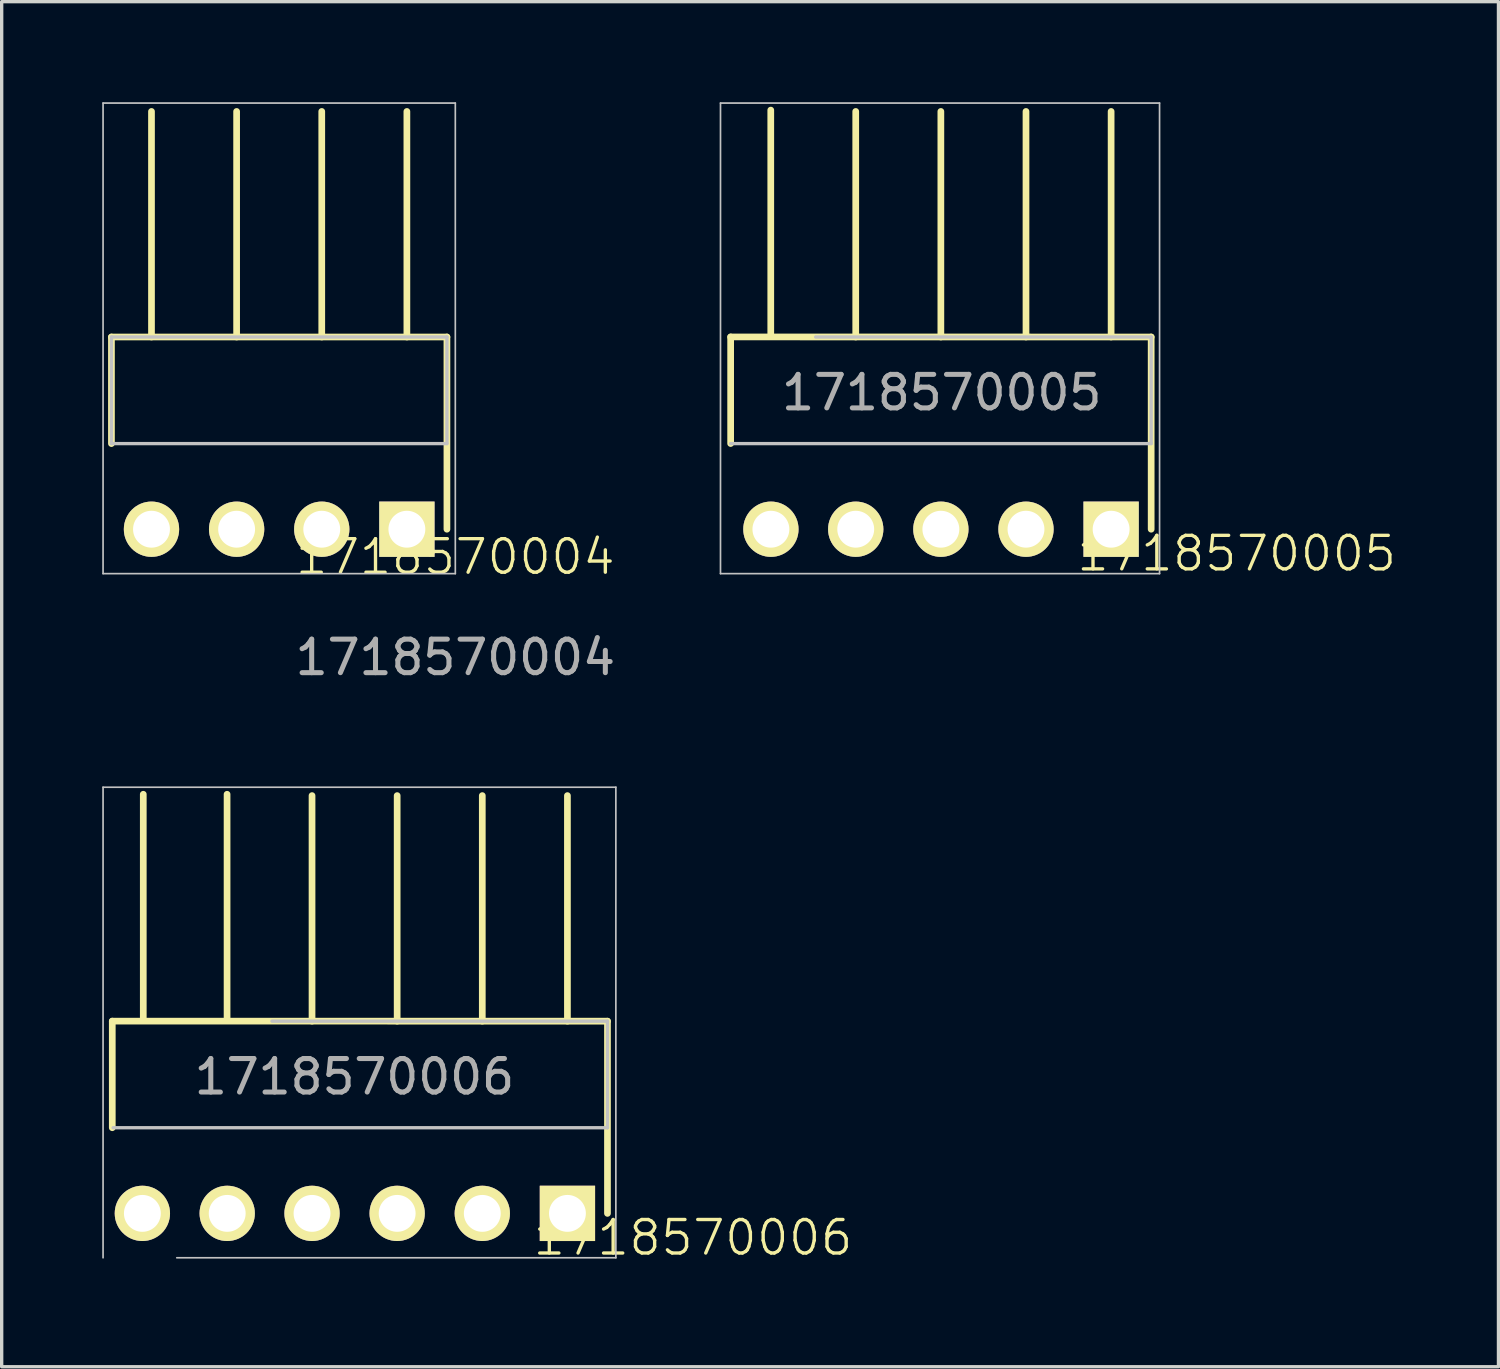
<source format=kicad_pcb>
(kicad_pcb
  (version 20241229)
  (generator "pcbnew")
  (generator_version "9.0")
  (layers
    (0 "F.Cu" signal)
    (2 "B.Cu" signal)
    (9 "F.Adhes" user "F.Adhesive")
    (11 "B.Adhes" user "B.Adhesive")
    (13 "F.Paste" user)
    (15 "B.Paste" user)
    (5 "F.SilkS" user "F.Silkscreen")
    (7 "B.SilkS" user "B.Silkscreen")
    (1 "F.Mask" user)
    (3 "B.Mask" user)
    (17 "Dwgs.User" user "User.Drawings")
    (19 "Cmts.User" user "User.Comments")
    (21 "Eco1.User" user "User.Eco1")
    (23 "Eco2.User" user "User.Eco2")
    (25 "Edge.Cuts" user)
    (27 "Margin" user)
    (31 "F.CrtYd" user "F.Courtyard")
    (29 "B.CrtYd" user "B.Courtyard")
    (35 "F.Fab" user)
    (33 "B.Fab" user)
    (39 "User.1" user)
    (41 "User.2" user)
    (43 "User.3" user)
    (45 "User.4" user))
  (footprint "1718570006"
    (layer "F.Cu")
    (at 15.325 34.478)
    (property "Reference" "1718570006" (at 2.3 -0.6 0) (unlocked yes) (layer "F.SilkS") (effects (font (size 1 1) (thickness 0.1))))
    (attr through_hole)
    (fp_line (start -15.025 -7.061) (end -15.025 -3.881) (stroke (width 0.2) (type solid)) (layer "F.SilkS"))
    (fp_line (start -14.1 -7.1) (end -14.1 -13.83) (stroke (width 0.2) (type solid)) (layer "F.SilkS"))
    (fp_line (start -11.6 -7.1) (end -11.6 -13.83) (stroke (width 0.2) (type solid)) (layer "F.SilkS"))
    (fp_line (start -9.065 -7.06) (end -9.065 -13.79) (stroke (width 0.2) (type solid)) (layer "F.SilkS"))
    (fp_line (start -6.525 -7.06) (end -6.525 -13.79) (stroke (width 0.2) (type solid)) (layer "F.SilkS"))
    (fp_line (start -3.985 -7.06) (end -3.985 -13.79) (stroke (width 0.2) (type solid)) (layer "F.SilkS"))
    (fp_line (start -1.445 -7.06) (end -1.445 -13.79) (stroke (width 0.2) (type solid)) (layer "F.SilkS"))
    (fp_line (start -0.25 -7.06) (end -15.025 -7.061) (stroke (width 0.2) (type solid)) (layer "F.SilkS"))
    (fp_line (start -0.25 -1.325) (end -0.25 -7.06) (stroke (width 0.2) (type solid)) (layer "F.SilkS"))
    (fp_line (start -15.3 -14.04) (end 0 -14.04) (stroke (width 0.05) (type solid)) (layer "Dwgs.User"))
    (fp_line (start -15.3 0) (end -15.3 -14.04) (stroke (width 0.05) (type solid)) (layer "Dwgs.User"))
    (fp_line (start -10.26 -7.06) (end -0.25 -7.06) (stroke (width 0.1) (type solid)) (layer "Dwgs.User"))
    (fp_line (start -0.25 -7.06) (end -0.25 -3.88) (stroke (width 0.1) (type solid)) (layer "Dwgs.User"))
    (fp_line (start -0.25 -3.88) (end -15 -3.88) (stroke (width 0.1) (type solid)) (layer "Dwgs.User"))
    (fp_line (start 0 -14.04) (end 0 0) (stroke (width 0.05) (type solid)) (layer "Dwgs.User"))
    (fp_line (start 0 0) (end -13.1 0) (stroke (width 0.05) (type solid)) (layer "Dwgs.User"))
    (fp_text user "${REFERENCE}" (at -7.8 -5.4 0) (unlocked yes) (layer "F.Fab") (effects (font (size 1 1) (thickness 0.15))))
    (pad "1" thru_hole rect (at -1.445 -1.325 90) (size 1.65 1.65) (drill 1.1) (layers "*.Cu" "*.Mask" "F.SilkS"))
    (pad "2" thru_hole circle (at -3.985 -1.325 90) (size 1.65 1.65) (drill 1.1) (layers "*.Cu" "*.Mask" "F.SilkS"))
    (pad "3" thru_hole circle (at -6.525 -1.325 90) (size 1.65 1.65) (drill 1.1) (layers "*.Cu" "*.Mask" "F.SilkS"))
    (pad "4" thru_hole circle (at -9.065 -1.325 90) (size 1.65 1.65) (drill 1.1) (layers "*.Cu" "*.Mask" "F.SilkS"))
    (pad "5" thru_hole circle (at -11.596 -1.325 90) (size 1.65 1.65) (drill 1.1) (layers "*.Cu" "*.Mask" "F.SilkS"))
    (pad "6" thru_hole circle (at -14.127 -1.325 90) (size 1.65 1.65) (drill 1.1) (layers "*.Cu" "*.Mask" "F.SilkS")))
  (footprint "1718570004"
    (layer "F.Cu")
    (at 10.535 14.065)
    (property "Reference" "1718570004" (at 0 -0.5 0) (unlocked yes) (layer "F.SilkS") (effects (font (size 1 1) (thickness 0.1))))
    (attr through_hole)
    (fp_line (start -10.26 -7.06) (end -10.26 -3.88) (stroke (width 0.2) (type solid)) (layer "F.SilkS"))
    (fp_line (start -9.065 -7.06) (end -9.065 -13.79) (stroke (width 0.2) (type solid)) (layer "F.SilkS"))
    (fp_line (start -6.525 -7.06) (end -6.525 -13.79) (stroke (width 0.2) (type solid)) (layer "F.SilkS"))
    (fp_line (start -3.985 -7.06) (end -3.985 -13.79) (stroke (width 0.2) (type solid)) (layer "F.SilkS"))
    (fp_line (start -1.445 -7.06) (end -1.445 -13.79) (stroke (width 0.2) (type solid)) (layer "F.SilkS"))
    (fp_line (start -0.25 -7.06) (end -10.26 -7.06) (stroke (width 0.2) (type solid)) (layer "F.SilkS"))
    (fp_line (start -0.25 -1.325) (end -0.25 -7.06) (stroke (width 0.2) (type solid)) (layer "F.SilkS"))
    (fp_line (start -10.51 -14.04) (end 0 -14.04) (stroke (width 0.05) (type solid)) (layer "Dwgs.User"))
    (fp_line (start -10.51 0) (end -10.51 -14.04) (stroke (width 0.05) (type solid)) (layer "Dwgs.User"))
    (fp_line (start -10.26 -7.06) (end -0.25 -7.06) (stroke (width 0.1) (type solid)) (layer "Dwgs.User"))
    (fp_line (start -10.26 -3.88) (end -10.26 -7.06) (stroke (width 0.1) (type solid)) (layer "Dwgs.User"))
    (fp_line (start -0.25 -7.06) (end -0.25 -3.88) (stroke (width 0.1) (type solid)) (layer "Dwgs.User"))
    (fp_line (start -0.25 -3.88) (end -10.26 -3.88) (stroke (width 0.1) (type solid)) (layer "Dwgs.User"))
    (fp_line (start 0 -14.04) (end 0 0) (stroke (width 0.05) (type solid)) (layer "Dwgs.User"))
    (fp_line (start 0 0) (end -10.51 0) (stroke (width 0.05) (type solid)) (layer "Dwgs.User"))
    (fp_text user "${REFERENCE}" (at 0 2.5 0) (unlocked yes) (layer "F.Fab") (effects (font (size 1 1) (thickness 0.15))))
    (pad "1" thru_hole rect (at -1.445 -1.325 90) (size 1.65 1.65) (drill 1.1) (layers "*.Cu" "*.Mask" "F.SilkS"))
    (pad "2" thru_hole circle (at -3.985 -1.325 90) (size 1.65 1.65) (drill 1.1) (layers "*.Cu" "*.Mask" "F.SilkS"))
    (pad "3" thru_hole circle (at -6.525 -1.325 90) (size 1.65 1.65) (drill 1.1) (layers "*.Cu" "*.Mask" "F.SilkS"))
    (pad "4" thru_hole circle (at -9.065 -1.325 90) (size 1.65 1.65) (drill 1.1) (layers "*.Cu" "*.Mask" "F.SilkS")))
  (footprint "1718570005"
    (layer "F.Cu")
    (at 31.547 14.065)
    (property "Reference" "1718570005" (at 2.3 -0.6 0) (unlocked yes) (layer "F.SilkS") (effects (font (size 1 1) (thickness 0.1))))
    (attr through_hole)
    (fp_line (start -12.797 -7.062) (end -12.797 -3.882) (stroke (width 0.2) (type solid)) (layer "F.SilkS"))
    (fp_line (start -11.6 -7.1) (end -11.6 -13.83) (stroke (width 0.2) (type solid)) (layer "F.SilkS"))
    (fp_line (start -9.065 -7.06) (end -9.065 -13.79) (stroke (width 0.2) (type solid)) (layer "F.SilkS"))
    (fp_line (start -6.525 -7.06) (end -6.525 -13.79) (stroke (width 0.2) (type solid)) (layer "F.SilkS"))
    (fp_line (start -3.985 -7.06) (end -3.985 -13.79) (stroke (width 0.2) (type solid)) (layer "F.SilkS"))
    (fp_line (start -1.445 -7.06) (end -1.445 -13.79) (stroke (width 0.2) (type solid)) (layer "F.SilkS"))
    (fp_line (start -0.25 -7.06) (end -12.797 -7.062) (stroke (width 0.2) (type solid)) (layer "F.SilkS"))
    (fp_line (start -0.25 -1.325) (end -0.25 -7.06) (stroke (width 0.2) (type solid)) (layer "F.SilkS"))
    (fp_line (start -13.1 -14.04) (end 0 -14.04) (stroke (width 0.05) (type solid)) (layer "Dwgs.User"))
    (fp_line (start -13.1 0) (end -13.1 -14.04) (stroke (width 0.05) (type solid)) (layer "Dwgs.User"))
    (fp_line (start -10.26 -7.06) (end -0.25 -7.06) (stroke (width 0.1) (type solid)) (layer "Dwgs.User"))
    (fp_line (start -0.25 -7.06) (end -0.25 -3.88) (stroke (width 0.1) (type solid)) (layer "Dwgs.User"))
    (fp_line (start -0.25 -3.88) (end -12.8 -3.88) (stroke (width 0.1) (type solid)) (layer "Dwgs.User"))
    (fp_line (start 0 -14.04) (end 0 0) (stroke (width 0.05) (type solid)) (layer "Dwgs.User"))
    (fp_line (start 0 0) (end -13.1 0) (stroke (width 0.05) (type solid)) (layer "Dwgs.User"))
    (fp_text user "${REFERENCE}" (at -6.5 -5.4 0) (unlocked yes) (layer "F.Fab") (effects (font (size 1 1) (thickness 0.15))))
    (pad "1" thru_hole rect (at -1.445 -1.325 90) (size 1.65 1.65) (drill 1.1) (layers "*.Cu" "*.Mask" "F.SilkS"))
    (pad "2" thru_hole circle (at -3.985 -1.325 90) (size 1.65 1.65) (drill 1.1) (layers "*.Cu" "*.Mask" "F.SilkS"))
    (pad "3" thru_hole circle (at -6.525 -1.325 90) (size 1.65 1.65) (drill 1.1) (layers "*.Cu" "*.Mask" "F.SilkS"))
    (pad "4" thru_hole circle (at -9.065 -1.325 90) (size 1.65 1.65) (drill 1.1) (layers "*.Cu" "*.Mask" "F.SilkS"))
    (pad "5" thru_hole circle (at -11.596 -1.325 90) (size 1.65 1.65) (drill 1.1) (layers "*.Cu" "*.Mask" "F.SilkS")))
  (gr_rect
    (start -3 -3)
    (end 41.659 37.728)
    (stroke (width 0.1) (type default))
    (fill no)
    (layer "Edge.Cuts")))
</source>
